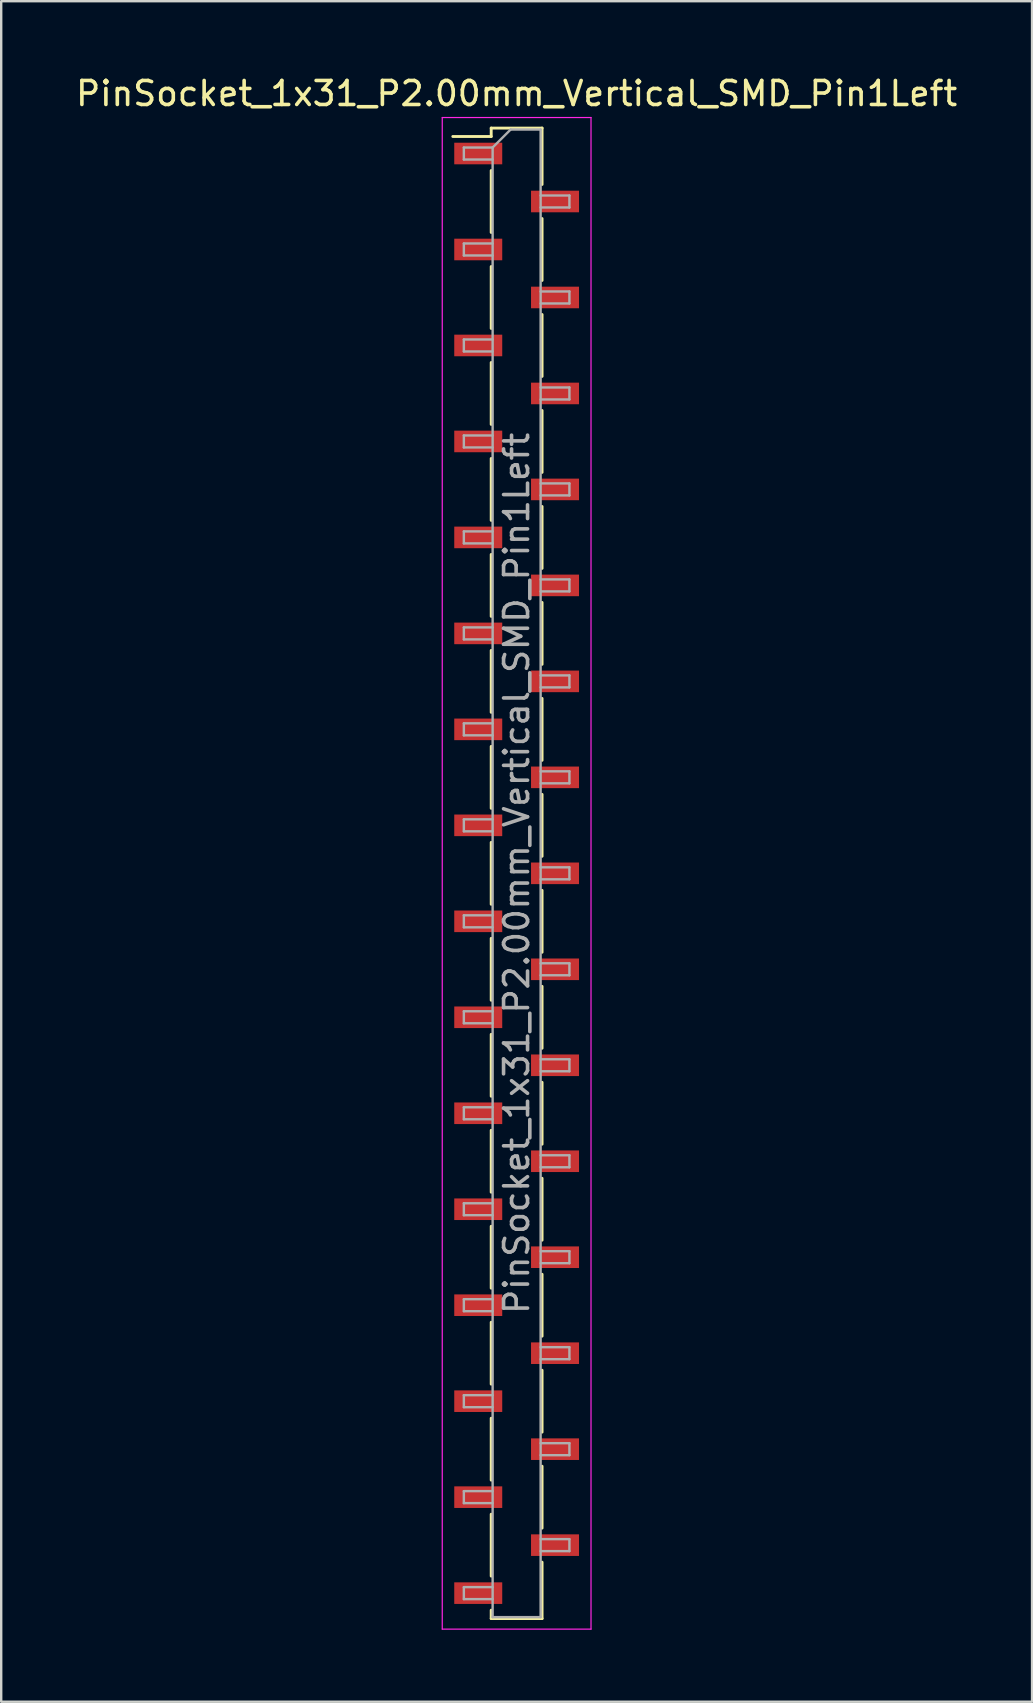
<source format=kicad_pcb>
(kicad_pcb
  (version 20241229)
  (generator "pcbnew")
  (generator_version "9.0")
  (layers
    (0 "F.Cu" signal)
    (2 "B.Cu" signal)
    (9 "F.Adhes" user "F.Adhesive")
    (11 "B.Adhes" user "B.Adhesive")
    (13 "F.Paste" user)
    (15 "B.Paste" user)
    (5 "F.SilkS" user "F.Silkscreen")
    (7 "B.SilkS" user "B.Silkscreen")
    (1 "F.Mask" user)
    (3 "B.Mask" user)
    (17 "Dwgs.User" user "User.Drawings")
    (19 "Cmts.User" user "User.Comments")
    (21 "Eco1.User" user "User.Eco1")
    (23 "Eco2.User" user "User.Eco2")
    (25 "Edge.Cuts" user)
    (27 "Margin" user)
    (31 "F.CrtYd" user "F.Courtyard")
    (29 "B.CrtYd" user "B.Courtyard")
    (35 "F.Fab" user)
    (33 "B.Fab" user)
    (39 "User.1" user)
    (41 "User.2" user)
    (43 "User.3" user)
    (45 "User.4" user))
  (footprint "PinSocket_1x31_P2.00mm_Vertical_SMD_Pin1Left"
    (layer "F.Cu")
    (at 18.482 33.348)
    (property "Reference" "PinSocket_1x31_P2.00mm_Vertical_SMD_Pin1Left" (at 0 -32.5 0) (layer "F.SilkS") (effects (font (size 1 1) (thickness 0.15))))
    (attr smd)
    (fp_line (start -2.66 -30.71) (end -1.06 -30.71) (stroke (width 0.12) (type solid)) (layer "F.SilkS"))
    (fp_line (start -1.06 -31.06) (end 1.06 -31.06) (stroke (width 0.12) (type solid)) (layer "F.SilkS"))
    (fp_line (start -1.06 -30.71) (end -1.06 -31.06) (stroke (width 0.12) (type solid)) (layer "F.SilkS"))
    (fp_line (start -1.06 -29.29) (end -1.06 -26.71) (stroke (width 0.12) (type solid)) (layer "F.SilkS"))
    (fp_line (start -1.06 -25.29) (end -1.06 -22.71) (stroke (width 0.12) (type solid)) (layer "F.SilkS"))
    (fp_line (start -1.06 -21.29) (end -1.06 -18.71) (stroke (width 0.12) (type solid)) (layer "F.SilkS"))
    (fp_line (start -1.06 -17.29) (end -1.06 -14.71) (stroke (width 0.12) (type solid)) (layer "F.SilkS"))
    (fp_line (start -1.06 -13.29) (end -1.06 -10.71) (stroke (width 0.12) (type solid)) (layer "F.SilkS"))
    (fp_line (start -1.06 -9.29) (end -1.06 -6.71) (stroke (width 0.12) (type solid)) (layer "F.SilkS"))
    (fp_line (start -1.06 -5.29) (end -1.06 -2.71) (stroke (width 0.12) (type solid)) (layer "F.SilkS"))
    (fp_line (start -1.06 -1.29) (end -1.06 1.29) (stroke (width 0.12) (type solid)) (layer "F.SilkS"))
    (fp_line (start -1.06 2.71) (end -1.06 5.29) (stroke (width 0.12) (type solid)) (layer "F.SilkS"))
    (fp_line (start -1.06 6.71) (end -1.06 9.29) (stroke (width 0.12) (type solid)) (layer "F.SilkS"))
    (fp_line (start -1.06 10.71) (end -1.06 13.29) (stroke (width 0.12) (type solid)) (layer "F.SilkS"))
    (fp_line (start -1.06 14.71) (end -1.06 17.29) (stroke (width 0.12) (type solid)) (layer "F.SilkS"))
    (fp_line (start -1.06 18.71) (end -1.06 21.29) (stroke (width 0.12) (type solid)) (layer "F.SilkS"))
    (fp_line (start -1.06 22.71) (end -1.06 25.29) (stroke (width 0.12) (type solid)) (layer "F.SilkS"))
    (fp_line (start -1.06 26.71) (end -1.06 29.29) (stroke (width 0.12) (type solid)) (layer "F.SilkS"))
    (fp_line (start -1.06 31.06) (end -1.06 30.71) (stroke (width 0.12) (type solid)) (layer "F.SilkS"))
    (fp_line (start 1.06 -31.06) (end 1.06 -28.71) (stroke (width 0.12) (type solid)) (layer "F.SilkS"))
    (fp_line (start 1.06 -27.29) (end 1.06 -24.71) (stroke (width 0.12) (type solid)) (layer "F.SilkS"))
    (fp_line (start 1.06 -23.29) (end 1.06 -20.71) (stroke (width 0.12) (type solid)) (layer "F.SilkS"))
    (fp_line (start 1.06 -19.29) (end 1.06 -16.71) (stroke (width 0.12) (type solid)) (layer "F.SilkS"))
    (fp_line (start 1.06 -15.29) (end 1.06 -12.71) (stroke (width 0.12) (type solid)) (layer "F.SilkS"))
    (fp_line (start 1.06 -11.29) (end 1.06 -8.71) (stroke (width 0.12) (type solid)) (layer "F.SilkS"))
    (fp_line (start 1.06 -7.29) (end 1.06 -4.71) (stroke (width 0.12) (type solid)) (layer "F.SilkS"))
    (fp_line (start 1.06 -3.29) (end 1.06 -0.71) (stroke (width 0.12) (type solid)) (layer "F.SilkS"))
    (fp_line (start 1.06 0.71) (end 1.06 3.29) (stroke (width 0.12) (type solid)) (layer "F.SilkS"))
    (fp_line (start 1.06 4.71) (end 1.06 7.29) (stroke (width 0.12) (type solid)) (layer "F.SilkS"))
    (fp_line (start 1.06 8.71) (end 1.06 11.29) (stroke (width 0.12) (type solid)) (layer "F.SilkS"))
    (fp_line (start 1.06 12.71) (end 1.06 15.29) (stroke (width 0.12) (type solid)) (layer "F.SilkS"))
    (fp_line (start 1.06 16.71) (end 1.06 19.29) (stroke (width 0.12) (type solid)) (layer "F.SilkS"))
    (fp_line (start 1.06 20.71) (end 1.06 23.29) (stroke (width 0.12) (type solid)) (layer "F.SilkS"))
    (fp_line (start 1.06 24.71) (end 1.06 27.29) (stroke (width 0.12) (type solid)) (layer "F.SilkS"))
    (fp_line (start 1.06 28.71) (end 1.06 31.06) (stroke (width 0.12) (type solid)) (layer "F.SilkS"))
    (fp_line (start 1.06 31.06) (end -1.06 31.06) (stroke (width 0.12) (type solid)) (layer "F.SilkS"))
    (fp_line (start -3.1 -31.5) (end 3.1 -31.5) (stroke (width 0.05) (type solid)) (layer "F.CrtYd"))
    (fp_line (start -3.1 31.5) (end -3.1 -31.5) (stroke (width 0.05) (type solid)) (layer "F.CrtYd"))
    (fp_line (start 3.1 -31.5) (end 3.1 31.5) (stroke (width 0.05) (type solid)) (layer "F.CrtYd"))
    (fp_line (start 3.1 31.5) (end -3.1 31.5) (stroke (width 0.05) (type solid)) (layer "F.CrtYd"))
    (fp_line (start -2.2 -30.25) (end -1 -30.25) (stroke (width 0.1) (type solid)) (layer "F.Fab"))
    (fp_line (start -2.2 -29.75) (end -2.2 -30.25) (stroke (width 0.1) (type solid)) (layer "F.Fab"))
    (fp_line (start -2.2 -26.25) (end -1 -26.25) (stroke (width 0.1) (type solid)) (layer "F.Fab"))
    (fp_line (start -2.2 -25.75) (end -2.2 -26.25) (stroke (width 0.1) (type solid)) (layer "F.Fab"))
    (fp_line (start -2.2 -22.25) (end -1 -22.25) (stroke (width 0.1) (type solid)) (layer "F.Fab"))
    (fp_line (start -2.2 -21.75) (end -2.2 -22.25) (stroke (width 0.1) (type solid)) (layer "F.Fab"))
    (fp_line (start -2.2 -18.25) (end -1 -18.25) (stroke (width 0.1) (type solid)) (layer "F.Fab"))
    (fp_line (start -2.2 -17.75) (end -2.2 -18.25) (stroke (width 0.1) (type solid)) (layer "F.Fab"))
    (fp_line (start -2.2 -14.25) (end -1 -14.25) (stroke (width 0.1) (type solid)) (layer "F.Fab"))
    (fp_line (start -2.2 -13.75) (end -2.2 -14.25) (stroke (width 0.1) (type solid)) (layer "F.Fab"))
    (fp_line (start -2.2 -10.25) (end -1 -10.25) (stroke (width 0.1) (type solid)) (layer "F.Fab"))
    (fp_line (start -2.2 -9.75) (end -2.2 -10.25) (stroke (width 0.1) (type solid)) (layer "F.Fab"))
    (fp_line (start -2.2 -6.25) (end -1 -6.25) (stroke (width 0.1) (type solid)) (layer "F.Fab"))
    (fp_line (start -2.2 -5.75) (end -2.2 -6.25) (stroke (width 0.1) (type solid)) (layer "F.Fab"))
    (fp_line (start -2.2 -2.25) (end -1 -2.25) (stroke (width 0.1) (type solid)) (layer "F.Fab"))
    (fp_line (start -2.2 -1.75) (end -2.2 -2.25) (stroke (width 0.1) (type solid)) (layer "F.Fab"))
    (fp_line (start -2.2 1.75) (end -1 1.75) (stroke (width 0.1) (type solid)) (layer "F.Fab"))
    (fp_line (start -2.2 2.25) (end -2.2 1.75) (stroke (width 0.1) (type solid)) (layer "F.Fab"))
    (fp_line (start -2.2 5.75) (end -1 5.75) (stroke (width 0.1) (type solid)) (layer "F.Fab"))
    (fp_line (start -2.2 6.25) (end -2.2 5.75) (stroke (width 0.1) (type solid)) (layer "F.Fab"))
    (fp_line (start -2.2 9.75) (end -1 9.75) (stroke (width 0.1) (type solid)) (layer "F.Fab"))
    (fp_line (start -2.2 10.25) (end -2.2 9.75) (stroke (width 0.1) (type solid)) (layer "F.Fab"))
    (fp_line (start -2.2 13.75) (end -1 13.75) (stroke (width 0.1) (type solid)) (layer "F.Fab"))
    (fp_line (start -2.2 14.25) (end -2.2 13.75) (stroke (width 0.1) (type solid)) (layer "F.Fab"))
    (fp_line (start -2.2 17.75) (end -1 17.75) (stroke (width 0.1) (type solid)) (layer "F.Fab"))
    (fp_line (start -2.2 18.25) (end -2.2 17.75) (stroke (width 0.1) (type solid)) (layer "F.Fab"))
    (fp_line (start -2.2 21.75) (end -1 21.75) (stroke (width 0.1) (type solid)) (layer "F.Fab"))
    (fp_line (start -2.2 22.25) (end -2.2 21.75) (stroke (width 0.1) (type solid)) (layer "F.Fab"))
    (fp_line (start -2.2 25.75) (end -1 25.75) (stroke (width 0.1) (type solid)) (layer "F.Fab"))
    (fp_line (start -2.2 26.25) (end -2.2 25.75) (stroke (width 0.1) (type solid)) (layer "F.Fab"))
    (fp_line (start -2.2 29.75) (end -1 29.75) (stroke (width 0.1) (type solid)) (layer "F.Fab"))
    (fp_line (start -2.2 30.25) (end -2.2 29.75) (stroke (width 0.1) (type solid)) (layer "F.Fab"))
    (fp_line (start -1 -30.25) (end -0.25 -31) (stroke (width 0.1) (type solid)) (layer "F.Fab"))
    (fp_line (start -1 -29.75) (end -2.2 -29.75) (stroke (width 0.1) (type solid)) (layer "F.Fab"))
    (fp_line (start -1 -25.75) (end -2.2 -25.75) (stroke (width 0.1) (type solid)) (layer "F.Fab"))
    (fp_line (start -1 -21.75) (end -2.2 -21.75) (stroke (width 0.1) (type solid)) (layer "F.Fab"))
    (fp_line (start -1 -17.75) (end -2.2 -17.75) (stroke (width 0.1) (type solid)) (layer "F.Fab"))
    (fp_line (start -1 -13.75) (end -2.2 -13.75) (stroke (width 0.1) (type solid)) (layer "F.Fab"))
    (fp_line (start -1 -9.75) (end -2.2 -9.75) (stroke (width 0.1) (type solid)) (layer "F.Fab"))
    (fp_line (start -1 -5.75) (end -2.2 -5.75) (stroke (width 0.1) (type solid)) (layer "F.Fab"))
    (fp_line (start -1 -1.75) (end -2.2 -1.75) (stroke (width 0.1) (type solid)) (layer "F.Fab"))
    (fp_line (start -1 2.25) (end -2.2 2.25) (stroke (width 0.1) (type solid)) (layer "F.Fab"))
    (fp_line (start -1 6.25) (end -2.2 6.25) (stroke (width 0.1) (type solid)) (layer "F.Fab"))
    (fp_line (start -1 10.25) (end -2.2 10.25) (stroke (width 0.1) (type solid)) (layer "F.Fab"))
    (fp_line (start -1 14.25) (end -2.2 14.25) (stroke (width 0.1) (type solid)) (layer "F.Fab"))
    (fp_line (start -1 18.25) (end -2.2 18.25) (stroke (width 0.1) (type solid)) (layer "F.Fab"))
    (fp_line (start -1 22.25) (end -2.2 22.25) (stroke (width 0.1) (type solid)) (layer "F.Fab"))
    (fp_line (start -1 26.25) (end -2.2 26.25) (stroke (width 0.1) (type solid)) (layer "F.Fab"))
    (fp_line (start -1 30.25) (end -2.2 30.25) (stroke (width 0.1) (type solid)) (layer "F.Fab"))
    (fp_line (start -1 31) (end -1 -30.25) (stroke (width 0.1) (type solid)) (layer "F.Fab"))
    (fp_line (start -0.25 -31) (end 1 -31) (stroke (width 0.1) (type solid)) (layer "F.Fab"))
    (fp_line (start 1 -31) (end 1 31) (stroke (width 0.1) (type solid)) (layer "F.Fab"))
    (fp_line (start 1 -28.25) (end 2.2 -28.25) (stroke (width 0.1) (type solid)) (layer "F.Fab"))
    (fp_line (start 1 -24.25) (end 2.2 -24.25) (stroke (width 0.1) (type solid)) (layer "F.Fab"))
    (fp_line (start 1 -20.25) (end 2.2 -20.25) (stroke (width 0.1) (type solid)) (layer "F.Fab"))
    (fp_line (start 1 -16.25) (end 2.2 -16.25) (stroke (width 0.1) (type solid)) (layer "F.Fab"))
    (fp_line (start 1 -12.25) (end 2.2 -12.25) (stroke (width 0.1) (type solid)) (layer "F.Fab"))
    (fp_line (start 1 -8.25) (end 2.2 -8.25) (stroke (width 0.1) (type solid)) (layer "F.Fab"))
    (fp_line (start 1 -4.25) (end 2.2 -4.25) (stroke (width 0.1) (type solid)) (layer "F.Fab"))
    (fp_line (start 1 -0.25) (end 2.2 -0.25) (stroke (width 0.1) (type solid)) (layer "F.Fab"))
    (fp_line (start 1 3.75) (end 2.2 3.75) (stroke (width 0.1) (type solid)) (layer "F.Fab"))
    (fp_line (start 1 7.75) (end 2.2 7.75) (stroke (width 0.1) (type solid)) (layer "F.Fab"))
    (fp_line (start 1 11.75) (end 2.2 11.75) (stroke (width 0.1) (type solid)) (layer "F.Fab"))
    (fp_line (start 1 15.75) (end 2.2 15.75) (stroke (width 0.1) (type solid)) (layer "F.Fab"))
    (fp_line (start 1 19.75) (end 2.2 19.75) (stroke (width 0.1) (type solid)) (layer "F.Fab"))
    (fp_line (start 1 23.75) (end 2.2 23.75) (stroke (width 0.1) (type solid)) (layer "F.Fab"))
    (fp_line (start 1 27.75) (end 2.2 27.75) (stroke (width 0.1) (type solid)) (layer "F.Fab"))
    (fp_line (start 1 31) (end -1 31) (stroke (width 0.1) (type solid)) (layer "F.Fab"))
    (fp_line (start 2.2 -28.25) (end 2.2 -27.75) (stroke (width 0.1) (type solid)) (layer "F.Fab"))
    (fp_line (start 2.2 -27.75) (end 1 -27.75) (stroke (width 0.1) (type solid)) (layer "F.Fab"))
    (fp_line (start 2.2 -24.25) (end 2.2 -23.75) (stroke (width 0.1) (type solid)) (layer "F.Fab"))
    (fp_line (start 2.2 -23.75) (end 1 -23.75) (stroke (width 0.1) (type solid)) (layer "F.Fab"))
    (fp_line (start 2.2 -20.25) (end 2.2 -19.75) (stroke (width 0.1) (type solid)) (layer "F.Fab"))
    (fp_line (start 2.2 -19.75) (end 1 -19.75) (stroke (width 0.1) (type solid)) (layer "F.Fab"))
    (fp_line (start 2.2 -16.25) (end 2.2 -15.75) (stroke (width 0.1) (type solid)) (layer "F.Fab"))
    (fp_line (start 2.2 -15.75) (end 1 -15.75) (stroke (width 0.1) (type solid)) (layer "F.Fab"))
    (fp_line (start 2.2 -12.25) (end 2.2 -11.75) (stroke (width 0.1) (type solid)) (layer "F.Fab"))
    (fp_line (start 2.2 -11.75) (end 1 -11.75) (stroke (width 0.1) (type solid)) (layer "F.Fab"))
    (fp_line (start 2.2 -8.25) (end 2.2 -7.75) (stroke (width 0.1) (type solid)) (layer "F.Fab"))
    (fp_line (start 2.2 -7.75) (end 1 -7.75) (stroke (width 0.1) (type solid)) (layer "F.Fab"))
    (fp_line (start 2.2 -4.25) (end 2.2 -3.75) (stroke (width 0.1) (type solid)) (layer "F.Fab"))
    (fp_line (start 2.2 -3.75) (end 1 -3.75) (stroke (width 0.1) (type solid)) (layer "F.Fab"))
    (fp_line (start 2.2 -0.25) (end 2.2 0.25) (stroke (width 0.1) (type solid)) (layer "F.Fab"))
    (fp_line (start 2.2 0.25) (end 1 0.25) (stroke (width 0.1) (type solid)) (layer "F.Fab"))
    (fp_line (start 2.2 3.75) (end 2.2 4.25) (stroke (width 0.1) (type solid)) (layer "F.Fab"))
    (fp_line (start 2.2 4.25) (end 1 4.25) (stroke (width 0.1) (type solid)) (layer "F.Fab"))
    (fp_line (start 2.2 7.75) (end 2.2 8.25) (stroke (width 0.1) (type solid)) (layer "F.Fab"))
    (fp_line (start 2.2 8.25) (end 1 8.25) (stroke (width 0.1) (type solid)) (layer "F.Fab"))
    (fp_line (start 2.2 11.75) (end 2.2 12.25) (stroke (width 0.1) (type solid)) (layer "F.Fab"))
    (fp_line (start 2.2 12.25) (end 1 12.25) (stroke (width 0.1) (type solid)) (layer "F.Fab"))
    (fp_line (start 2.2 15.75) (end 2.2 16.25) (stroke (width 0.1) (type solid)) (layer "F.Fab"))
    (fp_line (start 2.2 16.25) (end 1 16.25) (stroke (width 0.1) (type solid)) (layer "F.Fab"))
    (fp_line (start 2.2 19.75) (end 2.2 20.25) (stroke (width 0.1) (type solid)) (layer "F.Fab"))
    (fp_line (start 2.2 20.25) (end 1 20.25) (stroke (width 0.1) (type solid)) (layer "F.Fab"))
    (fp_line (start 2.2 23.75) (end 2.2 24.25) (stroke (width 0.1) (type solid)) (layer "F.Fab"))
    (fp_line (start 2.2 24.25) (end 1 24.25) (stroke (width 0.1) (type solid)) (layer "F.Fab"))
    (fp_line (start 2.2 27.75) (end 2.2 28.25) (stroke (width 0.1) (type solid)) (layer "F.Fab"))
    (fp_line (start 2.2 28.25) (end 1 28.25) (stroke (width 0.1) (type solid)) (layer "F.Fab"))
    (fp_text user "${REFERENCE}" (at 0 0 90) (layer "F.Fab") (effects (font (size 1 1) (thickness 0.15))))
    (pad "1" smd rect (at -1.6 -30) (size 2 0.9) (layers "F.Cu" "F.Mask" "F.Paste"))
    (pad "2" smd rect (at 1.6 -28) (size 2 0.9) (layers "F.Cu" "F.Mask" "F.Paste"))
    (pad "3" smd rect (at -1.6 -26) (size 2 0.9) (layers "F.Cu" "F.Mask" "F.Paste"))
    (pad "4" smd rect (at 1.6 -24) (size 2 0.9) (layers "F.Cu" "F.Mask" "F.Paste"))
    (pad "5" smd rect (at -1.6 -22) (size 2 0.9) (layers "F.Cu" "F.Mask" "F.Paste"))
    (pad "6" smd rect (at 1.6 -20) (size 2 0.9) (layers "F.Cu" "F.Mask" "F.Paste"))
    (pad "7" smd rect (at -1.6 -18) (size 2 0.9) (layers "F.Cu" "F.Mask" "F.Paste"))
    (pad "8" smd rect (at 1.6 -16) (size 2 0.9) (layers "F.Cu" "F.Mask" "F.Paste"))
    (pad "9" smd rect (at -1.6 -14) (size 2 0.9) (layers "F.Cu" "F.Mask" "F.Paste"))
    (pad "10" smd rect (at 1.6 -12) (size 2 0.9) (layers "F.Cu" "F.Mask" "F.Paste"))
    (pad "11" smd rect (at -1.6 -10) (size 2 0.9) (layers "F.Cu" "F.Mask" "F.Paste"))
    (pad "12" smd rect (at 1.6 -8) (size 2 0.9) (layers "F.Cu" "F.Mask" "F.Paste"))
    (pad "13" smd rect (at -1.6 -6) (size 2 0.9) (layers "F.Cu" "F.Mask" "F.Paste"))
    (pad "14" smd rect (at 1.6 -4) (size 2 0.9) (layers "F.Cu" "F.Mask" "F.Paste"))
    (pad "15" smd rect (at -1.6 -2) (size 2 0.9) (layers "F.Cu" "F.Mask" "F.Paste"))
    (pad "16" smd rect (at 1.6 0) (size 2 0.9) (layers "F.Cu" "F.Mask" "F.Paste"))
    (pad "17" smd rect (at -1.6 2) (size 2 0.9) (layers "F.Cu" "F.Mask" "F.Paste"))
    (pad "18" smd rect (at 1.6 4) (size 2 0.9) (layers "F.Cu" "F.Mask" "F.Paste"))
    (pad "19" smd rect (at -1.6 6) (size 2 0.9) (layers "F.Cu" "F.Mask" "F.Paste"))
    (pad "20" smd rect (at 1.6 8) (size 2 0.9) (layers "F.Cu" "F.Mask" "F.Paste"))
    (pad "21" smd rect (at -1.6 10) (size 2 0.9) (layers "F.Cu" "F.Mask" "F.Paste"))
    (pad "22" smd rect (at 1.6 12) (size 2 0.9) (layers "F.Cu" "F.Mask" "F.Paste"))
    (pad "23" smd rect (at -1.6 14) (size 2 0.9) (layers "F.Cu" "F.Mask" "F.Paste"))
    (pad "24" smd rect (at 1.6 16) (size 2 0.9) (layers "F.Cu" "F.Mask" "F.Paste"))
    (pad "25" smd rect (at -1.6 18) (size 2 0.9) (layers "F.Cu" "F.Mask" "F.Paste"))
    (pad "26" smd rect (at 1.6 20) (size 2 0.9) (layers "F.Cu" "F.Mask" "F.Paste"))
    (pad "27" smd rect (at -1.6 22) (size 2 0.9) (layers "F.Cu" "F.Mask" "F.Paste"))
    (pad "28" smd rect (at 1.6 24) (size 2 0.9) (layers "F.Cu" "F.Mask" "F.Paste"))
    (pad "29" smd rect (at -1.6 26) (size 2 0.9) (layers "F.Cu" "F.Mask" "F.Paste"))
    (pad "30" smd rect (at 1.6 28) (size 2 0.9) (layers "F.Cu" "F.Mask" "F.Paste"))
    (pad "31" smd rect (at -1.6 30) (size 2 0.9) (layers "F.Cu" "F.Mask" "F.Paste")))
  (gr_rect
    (start -3 -3)
    (end 39.964 67.873)
    (stroke (width 0.1) (type default))
    (fill no)
    (layer "Edge.Cuts")))
</source>
